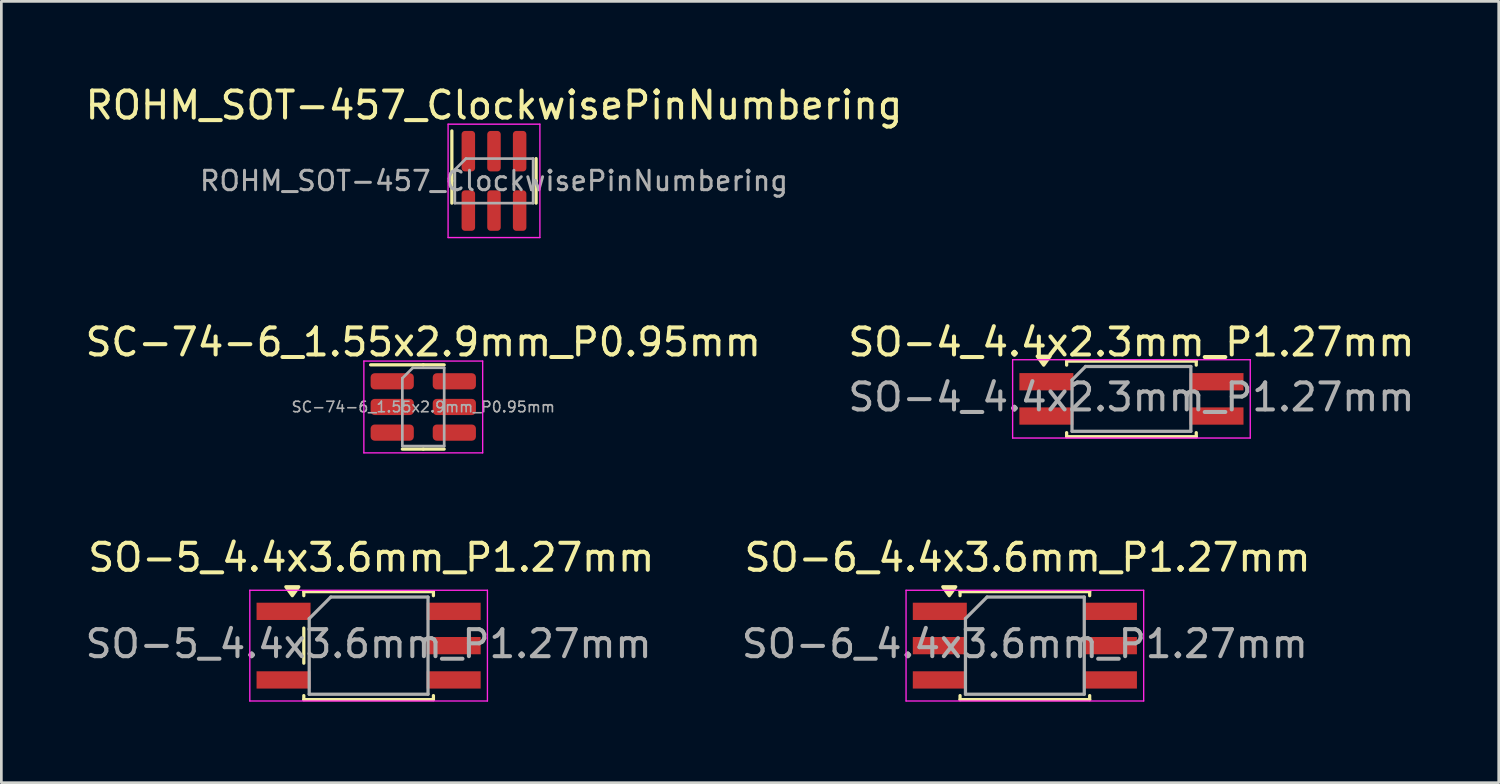
<source format=kicad_pcb>
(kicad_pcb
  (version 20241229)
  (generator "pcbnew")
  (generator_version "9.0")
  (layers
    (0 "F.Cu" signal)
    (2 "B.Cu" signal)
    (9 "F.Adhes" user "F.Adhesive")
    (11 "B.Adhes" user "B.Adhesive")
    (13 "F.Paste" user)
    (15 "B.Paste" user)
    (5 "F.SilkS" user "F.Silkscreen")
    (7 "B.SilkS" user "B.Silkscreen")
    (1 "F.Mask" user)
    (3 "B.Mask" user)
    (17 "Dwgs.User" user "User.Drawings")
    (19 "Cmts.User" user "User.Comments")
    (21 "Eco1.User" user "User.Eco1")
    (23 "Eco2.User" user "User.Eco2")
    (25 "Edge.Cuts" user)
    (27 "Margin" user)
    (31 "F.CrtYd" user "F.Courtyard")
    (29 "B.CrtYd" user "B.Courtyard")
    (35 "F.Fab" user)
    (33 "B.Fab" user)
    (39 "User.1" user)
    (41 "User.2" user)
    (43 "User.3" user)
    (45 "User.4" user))
  (footprint "ROHM_SOT-457_ClockwisePinNumbering"
    (layer "F.Cu")
    (at 15.244 3.648)
    (property "Reference" "ROHM_SOT-457_ClockwisePinNumbering" (at 0 -2.8 0) (layer "F.SilkS") (effects (font (size 1 1) (thickness 0.15))))
    (attr smd)
    (fp_line (start -1.56 0) (end -1.56 -1.85) (stroke (width 0.12) (type solid)) (layer "F.SilkS"))
    (fp_line (start -1.56 0.825) (end -1.56 0) (stroke (width 0.12) (type solid)) (layer "F.SilkS"))
    (fp_line (start 1.56 -0.825) (end 1.56 0) (stroke (width 0.12) (type solid)) (layer "F.SilkS"))
    (fp_line (start 1.56 0.825) (end 1.56 0) (stroke (width 0.12) (type solid)) (layer "F.SilkS"))
    (fp_line (start -1.7 -2.1) (end -1.7 2.1) (stroke (width 0.05) (type solid)) (layer "F.CrtYd"))
    (fp_line (start -1.7 2.1) (end 1.7 2.1) (stroke (width 0.05) (type solid)) (layer "F.CrtYd"))
    (fp_line (start 1.7 -2.1) (end -1.7 -2.1) (stroke (width 0.05) (type solid)) (layer "F.CrtYd"))
    (fp_line (start 1.7 2.1) (end 1.7 -2.1) (stroke (width 0.05) (type solid)) (layer "F.CrtYd"))
    (fp_line (start -1.45 -0.412) (end -1.038 -0.825) (stroke (width 0.1) (type solid)) (layer "F.Fab"))
    (fp_line (start -1.45 0.825) (end -1.45 -0.412) (stroke (width 0.1) (type solid)) (layer "F.Fab"))
    (fp_line (start -1.038 -0.825) (end 1.45 -0.825) (stroke (width 0.1) (type solid)) (layer "F.Fab"))
    (fp_line (start 1.45 -0.825) (end 1.45 0.825) (stroke (width 0.1) (type solid)) (layer "F.Fab"))
    (fp_line (start 1.45 0.825) (end -1.45 0.825) (stroke (width 0.1) (type solid)) (layer "F.Fab"))
    (fp_text user "${REFERENCE}" (at 0 0 0) (layer "F.Fab") (effects (font (size 0.72 0.72) (thickness 0.11))))
    (pad "1" smd roundrect (at -0.95 -1.1) (size 0.5 1.5) (layers "F.Cu" "F.Mask" "F.Paste") (roundrect_rratio 0.25))
    (pad "2" smd roundrect (at 0 -1.1) (size 0.5 1.5) (layers "F.Cu" "F.Mask" "F.Paste") (roundrect_rratio 0.25))
    (pad "3" smd roundrect (at 0.95 -1.1) (size 0.5 1.5) (layers "F.Cu" "F.Mask" "F.Paste") (roundrect_rratio 0.25))
    (pad "4" smd roundrect (at 0.95 1.1) (size 0.5 1.5) (layers "F.Cu" "F.Mask" "F.Paste") (roundrect_rratio 0.25))
    (pad "5" smd roundrect (at 0 1.1) (size 0.5 1.5) (layers "F.Cu" "F.Mask" "F.Paste") (roundrect_rratio 0.25))
    (pad "6" smd roundrect (at -0.95 1.1) (size 0.5 1.5) (layers "F.Cu" "F.Mask" "F.Paste") (roundrect_rratio 0.25)))
  (footprint "SC-74-6_1.55x2.9mm_P0.95mm"
    (layer "F.Cu")
    (at 12.625 12.021)
    (property "Reference" "SC-74-6_1.55x2.9mm_P0.95mm" (at 0 -2.4 0) (layer "F.SilkS") (effects (font (size 1 1) (thickness 0.15))))
    (attr smd)
    (fp_line (start 0 -1.56) (end -1.95 -1.56) (stroke (width 0.12) (type solid)) (layer "F.SilkS"))
    (fp_line (start 0 -1.56) (end 0.775 -1.56) (stroke (width 0.12) (type solid)) (layer "F.SilkS"))
    (fp_line (start 0 1.56) (end -0.775 1.56) (stroke (width 0.12) (type solid)) (layer "F.SilkS"))
    (fp_line (start 0 1.56) (end 0.775 1.56) (stroke (width 0.12) (type solid)) (layer "F.SilkS"))
    (fp_line (start -2.2 -1.7) (end -2.2 1.7) (stroke (width 0.05) (type solid)) (layer "F.CrtYd"))
    (fp_line (start -2.2 1.7) (end 2.2 1.7) (stroke (width 0.05) (type solid)) (layer "F.CrtYd"))
    (fp_line (start 2.2 -1.7) (end -2.2 -1.7) (stroke (width 0.05) (type solid)) (layer "F.CrtYd"))
    (fp_line (start 2.2 1.7) (end 2.2 -1.7) (stroke (width 0.05) (type solid)) (layer "F.CrtYd"))
    (fp_line (start -0.775 -1.062) (end -0.388 -1.45) (stroke (width 0.1) (type solid)) (layer "F.Fab"))
    (fp_line (start -0.775 1.45) (end -0.775 -1.062) (stroke (width 0.1) (type solid)) (layer "F.Fab"))
    (fp_line (start -0.388 -1.45) (end 0.775 -1.45) (stroke (width 0.1) (type solid)) (layer "F.Fab"))
    (fp_line (start 0.775 -1.45) (end 0.775 1.45) (stroke (width 0.1) (type solid)) (layer "F.Fab"))
    (fp_line (start 0.775 1.45) (end -0.775 1.45) (stroke (width 0.1) (type solid)) (layer "F.Fab"))
    (fp_text user "${REFERENCE}" (at 0 0 0) (layer "F.Fab") (effects (font (size 0.39 0.39) (thickness 0.06))))
    (pad "1" smd roundrect (at -1.15 -0.95) (size 1.6 0.6) (layers "F.Cu" "F.Mask" "F.Paste") (roundrect_rratio 0.25))
    (pad "2" smd roundrect (at -1.15 0) (size 1.6 0.6) (layers "F.Cu" "F.Mask" "F.Paste") (roundrect_rratio 0.25))
    (pad "3" smd roundrect (at -1.15 0.95) (size 1.6 0.6) (layers "F.Cu" "F.Mask" "F.Paste") (roundrect_rratio 0.25))
    (pad "4" smd roundrect (at 1.15 0.95) (size 1.6 0.6) (layers "F.Cu" "F.Mask" "F.Paste") (roundrect_rratio 0.25))
    (pad "5" smd roundrect (at 1.15 0) (size 1.6 0.6) (layers "F.Cu" "F.Mask" "F.Paste") (roundrect_rratio 0.25))
    (pad "6" smd roundrect (at 1.15 -0.95) (size 1.6 0.6) (layers "F.Cu" "F.Mask" "F.Paste") (roundrect_rratio 0.25)))
  (footprint "SO-5_4.4x3.6mm_P1.27mm"
    (layer "F.Cu")
    (at 10.601 20.86)
    (property "Reference" "SO-5_4.4x3.6mm_P1.27mm" (at 0.1 -3.265 0) (layer "F.SilkS") (effects (font (size 1 1) (thickness 0.15))))
    (attr smd)
    (fp_line (start -2.4 -2) (end 2.4 -2) (stroke (width 0.12) (type solid)) (layer "F.SilkS"))
    (fp_line (start -2.4 -1.85) (end -2.4 -2) (stroke (width 0.12) (type solid)) (layer "F.SilkS"))
    (fp_line (start -2.4 0.65) (end -2.4 -0.65) (stroke (width 0.12) (type solid)) (layer "F.SilkS"))
    (fp_line (start -2.4 2) (end -2.4 1.85) (stroke (width 0.12) (type solid)) (layer "F.SilkS"))
    (fp_line (start 2.4 -2) (end 2.4 -1.85) (stroke (width 0.12) (type solid)) (layer "F.SilkS"))
    (fp_line (start 2.4 1.85) (end 2.4 2) (stroke (width 0.12) (type solid)) (layer "F.SilkS"))
    (fp_line (start 2.4 2) (end -2.4 2) (stroke (width 0.12) (type solid)) (layer "F.SilkS"))
    (fp_poly (pts (xy -2.825 -1.85) (xy -3.065 -2.18) (xy -2.585 -2.18) (xy -2.825 -1.85)) (stroke (width 0.12) (type solid)) (fill yes) (layer "F.SilkS"))
    (fp_line (start -4.4 -2.05) (end -4.4 2.05) (stroke (width 0.05) (type solid)) (layer "F.CrtYd"))
    (fp_line (start -4.4 -2.05) (end 4.4 -2.05) (stroke (width 0.05) (type solid)) (layer "F.CrtYd"))
    (fp_line (start 4.4 2.05) (end -4.4 2.05) (stroke (width 0.05) (type solid)) (layer "F.CrtYd"))
    (fp_line (start 4.4 2.05) (end 4.4 -2.05) (stroke (width 0.05) (type solid)) (layer "F.CrtYd"))
    (fp_line (start -2.2 -1) (end -1.4 -1.8) (stroke (width 0.12) (type solid)) (layer "F.Fab"))
    (fp_line (start -2.2 1.8) (end -2.2 -1) (stroke (width 0.12) (type solid)) (layer "F.Fab"))
    (fp_line (start -1.4 -1.8) (end 2.2 -1.8) (stroke (width 0.12) (type solid)) (layer "F.Fab"))
    (fp_line (start 2.2 -1.8) (end 2.2 1.8) (stroke (width 0.12) (type solid)) (layer "F.Fab"))
    (fp_line (start 2.2 1.8) (end -2.2 1.8) (stroke (width 0.12) (type solid)) (layer "F.Fab"))
    (fp_text user "${REFERENCE}" (at 0 -0.065 0) (layer "F.Fab") (effects (font (size 1 1) (thickness 0.15))))
    (pad "1" smd rect (at -3.15 -1.27) (size 2 0.64) (layers "F.Cu" "F.Mask" "F.Paste"))
    (pad "3" smd rect (at -3.15 1.27) (size 2 0.64) (layers "F.Cu" "F.Mask" "F.Paste"))
    (pad "4" smd rect (at 3.15 1.27) (size 2 0.64) (layers "F.Cu" "F.Mask" "F.Paste"))
    (pad "5" smd rect (at 3.15 0) (size 2 0.64) (layers "F.Cu" "F.Mask" "F.Paste"))
    (pad "6" smd rect (at 3.15 -1.27) (size 2 0.64) (layers "F.Cu" "F.Mask" "F.Paste")))
  (footprint "SO-4_4.4x2.3mm_P1.27mm"
    (layer "F.Cu")
    (at 38.851 11.722)
    (property "Reference" "SO-4_4.4x2.3mm_P1.27mm" (at 0 -2.1 0) (layer "F.SilkS") (effects (font (size 1 1) (thickness 0.15))))
    (attr smd)
    (fp_line (start -2.4 -1.4) (end 2.4 -1.4) (stroke (width 0.12) (type solid)) (layer "F.SilkS"))
    (fp_line (start -2.4 -1.25) (end -2.4 -1.4) (stroke (width 0.12) (type solid)) (layer "F.SilkS"))
    (fp_line (start -2.4 1.4) (end -2.4 1.25) (stroke (width 0.12) (type solid)) (layer "F.SilkS"))
    (fp_line (start 2.4 -1.4) (end 2.4 -1.25) (stroke (width 0.12) (type solid)) (layer "F.SilkS"))
    (fp_line (start 2.4 1.25) (end 2.4 1.4) (stroke (width 0.12) (type solid)) (layer "F.SilkS"))
    (fp_line (start 2.4 1.4) (end -2.4 1.4) (stroke (width 0.12) (type solid)) (layer "F.SilkS"))
    (fp_poly (pts (xy -3.25 -1.25) (xy -3.49 -1.58) (xy -3.01 -1.58) (xy -3.25 -1.25)) (stroke (width 0.12) (type solid)) (fill yes) (layer "F.SilkS"))
    (fp_line (start -4.4 -1.45) (end -4.4 1.45) (stroke (width 0.05) (type solid)) (layer "F.CrtYd"))
    (fp_line (start -4.4 -1.45) (end 4.4 -1.45) (stroke (width 0.05) (type solid)) (layer "F.CrtYd"))
    (fp_line (start 4.4 1.45) (end -4.4 1.45) (stroke (width 0.05) (type solid)) (layer "F.CrtYd"))
    (fp_line (start 4.4 1.45) (end 4.4 -1.45) (stroke (width 0.05) (type solid)) (layer "F.CrtYd"))
    (fp_line (start -2.2 -0.7) (end -2.2 1.2) (stroke (width 0.12) (type solid)) (layer "F.Fab"))
    (fp_line (start -2.2 1.2) (end 2.2 1.2) (stroke (width 0.12) (type solid)) (layer "F.Fab"))
    (fp_line (start -1.7 -1.2) (end -2.2 -0.7) (stroke (width 0.12) (type solid)) (layer "F.Fab"))
    (fp_line (start 2.2 -1.2) (end -1.7 -1.2) (stroke (width 0.12) (type solid)) (layer "F.Fab"))
    (fp_line (start 2.2 1.2) (end 2.2 -1.2) (stroke (width 0.12) (type solid)) (layer "F.Fab"))
    (fp_text user "${REFERENCE}" (at 0 -0.065 0) (layer "F.Fab") (effects (font (size 1 1) (thickness 0.15))))
    (pad "1" smd rect (at -3.15 -0.635) (size 2 0.64) (layers "F.Cu" "F.Mask" "F.Paste"))
    (pad "2" smd rect (at -3.15 0.635) (size 2 0.64) (layers "F.Cu" "F.Mask" "F.Paste"))
    (pad "3" smd rect (at 3.15 0.635) (size 2 0.64) (layers "F.Cu" "F.Mask" "F.Paste"))
    (pad "4" smd rect (at 3.15 -0.635) (size 2 0.64) (layers "F.Cu" "F.Mask" "F.Paste")))
  (footprint "SO-6_4.4x3.6mm_P1.27mm"
    (layer "F.Cu")
    (at 34.904 20.86)
    (property "Reference" "SO-6_4.4x3.6mm_P1.27mm" (at 0.1 -3.265 0) (layer "F.SilkS") (effects (font (size 1 1) (thickness 0.15))))
    (attr smd)
    (fp_line (start -2.4 -2) (end 2.4 -2) (stroke (width 0.12) (type solid)) (layer "F.SilkS"))
    (fp_line (start -2.4 -1.85) (end -2.4 -2) (stroke (width 0.12) (type solid)) (layer "F.SilkS"))
    (fp_line (start -2.4 2) (end -2.4 1.85) (stroke (width 0.12) (type solid)) (layer "F.SilkS"))
    (fp_line (start 2.4 -2) (end 2.4 -1.85) (stroke (width 0.12) (type solid)) (layer "F.SilkS"))
    (fp_line (start 2.4 2) (end -2.4 2) (stroke (width 0.12) (type solid)) (layer "F.SilkS"))
    (fp_line (start 2.4 2) (end 2.4 1.85) (stroke (width 0.12) (type solid)) (layer "F.SilkS"))
    (fp_poly (pts (xy -2.8 -1.85) (xy -3.04 -2.18) (xy -2.56 -2.18) (xy -2.8 -1.85)) (stroke (width 0.12) (type solid)) (fill yes) (layer "F.SilkS"))
    (fp_line (start -4.4 -2.05) (end -4.4 2.05) (stroke (width 0.05) (type solid)) (layer "F.CrtYd"))
    (fp_line (start -4.4 -2.05) (end 4.4 -2.05) (stroke (width 0.05) (type solid)) (layer "F.CrtYd"))
    (fp_line (start 4.4 2.05) (end -4.4 2.05) (stroke (width 0.05) (type solid)) (layer "F.CrtYd"))
    (fp_line (start 4.4 2.05) (end 4.4 -2.05) (stroke (width 0.05) (type solid)) (layer "F.CrtYd"))
    (fp_line (start -2.2 -1) (end -1.4 -1.8) (stroke (width 0.12) (type solid)) (layer "F.Fab"))
    (fp_line (start -2.2 1.8) (end -2.2 -1) (stroke (width 0.12) (type solid)) (layer "F.Fab"))
    (fp_line (start -1.4 -1.8) (end 2.2 -1.8) (stroke (width 0.12) (type solid)) (layer "F.Fab"))
    (fp_line (start 2.2 -1.8) (end 2.2 1.8) (stroke (width 0.12) (type solid)) (layer "F.Fab"))
    (fp_line (start 2.2 1.8) (end -2.2 1.8) (stroke (width 0.12) (type solid)) (layer "F.Fab"))
    (fp_text user "${REFERENCE}" (at 0 -0.065 0) (layer "F.Fab") (effects (font (size 1 1) (thickness 0.15))))
    (pad "1" smd rect (at -3.15 -1.27) (size 2 0.64) (layers "F.Cu" "F.Mask" "F.Paste"))
    (pad "2" smd rect (at -3.15 0) (size 2 0.64) (layers "F.Cu" "F.Mask" "F.Paste"))
    (pad "3" smd rect (at -3.15 1.27) (size 2 0.64) (layers "F.Cu" "F.Mask" "F.Paste"))
    (pad "4" smd rect (at 3.15 1.27) (size 2 0.64) (layers "F.Cu" "F.Mask" "F.Paste"))
    (pad "5" smd rect (at 3.15 0) (size 2 0.64) (layers "F.Cu" "F.Mask" "F.Paste"))
    (pad "6" smd rect (at 3.15 -1.27) (size 2 0.64) (layers "F.Cu" "F.Mask" "F.Paste")))
  (gr_rect
    (start -3 -3)
    (end 52.452 25.935)
    (stroke (width 0.1) (type default))
    (fill no)
    (layer "Edge.Cuts")))
</source>
